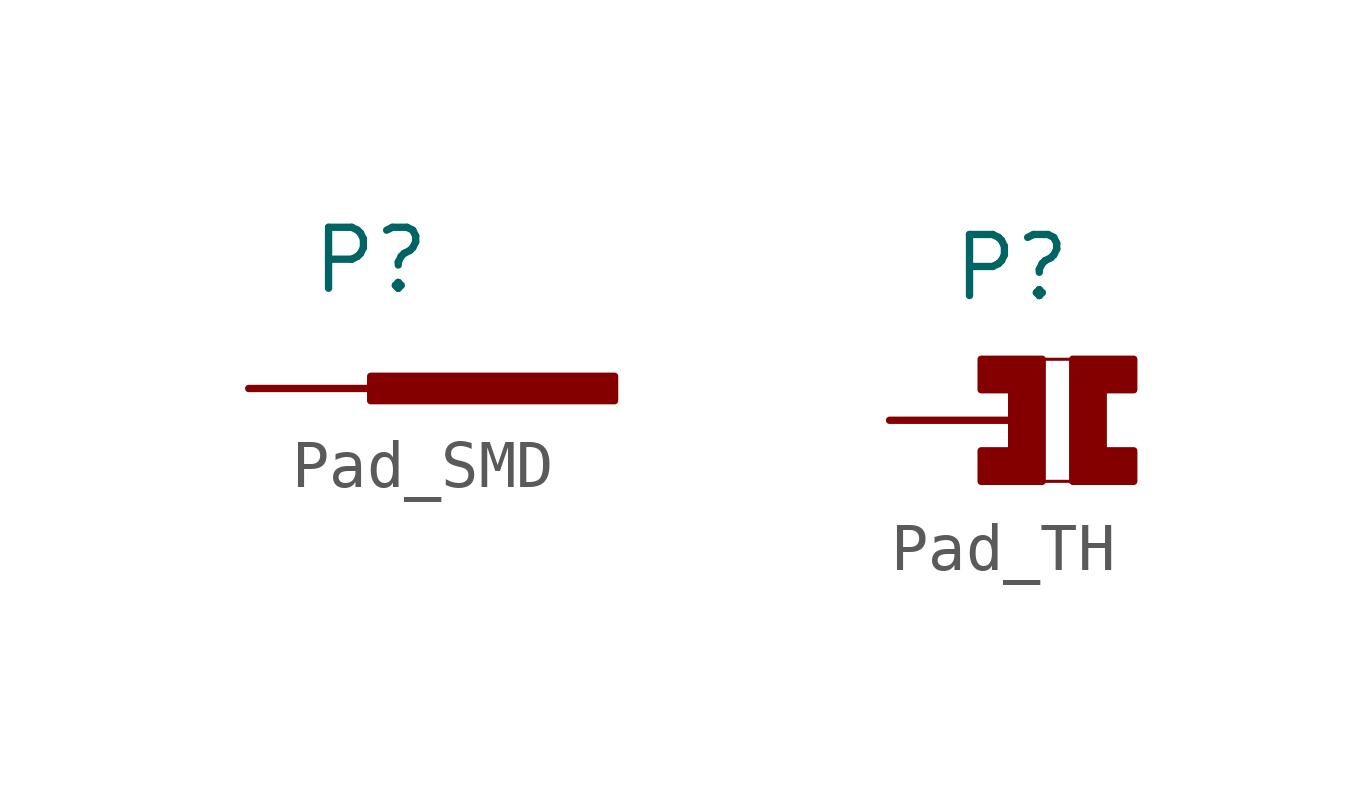
<source format=kicad_sym>
(kicad_symbol_lib
  (version 20220914)
  (generator kicad_symbol_editor)
  (symbol "Pad_SMD"
    (pin_numbers hide)
    (pin_names
      (offset 0.762) hide)
    (property "Reference" "P"
      (at 0 2.667 0)
      (effects (font (size 1.27 1.27))))
    (symbol "Pad_SMD_1_1"
      (rectangle (start 0 0.254) (end 5.08 -0.254) (stroke (width 0) (type default)) (fill (type outline)))
      (pin passive line (at -2.54 0 0) (length 2.54) (name "1" (effects (font (size 1.27 1.27)))) (number "1" (effects (font (size 1.27 1.27)))))))
  (symbol "Pad_TH"
    (pin_numbers hide)
    (pin_names
      (offset 0.762) hide)
    (property "Reference" "P"
      (at 0 3.175 0)
      (effects (font (size 1.27 1.27))))
    (symbol "Pad_TH_1_1"
      (polyline (pts (xy 0.635 -1.27) (xy 1.27 -1.27)) (stroke (width 0.064) (type default)) (fill (type none)))
      (polyline (pts (xy 0.635 1.27) (xy 1.27 1.27)) (stroke (width 0.064) (type default)) (fill (type none)))
      (polyline (pts (xy 1.27 1.27) (xy 1.27 -1.27) (xy 2.54 -1.27) (xy 2.54 -0.635) (xy 1.905 -0.635) (xy 1.905 0.635) (xy 2.54 0.635) (xy 2.54 1.27) (xy 1.27 1.27)) (stroke (width 0) (type default)) (fill (type outline)))
      (polyline (pts (xy 0 0) (xy 0 0.635) (xy -0.635 0.635) (xy -0.635 1.27) (xy 0.635 1.27) (xy 0.635 -1.27) (xy -0.635 -1.27) (xy -0.635 -0.635) (xy 0 -0.635) (xy 0 0)) (stroke (width 0) (type default)) (fill (type outline)))
      (pin passive line (at -2.54 0 0) (length 2.54) (name "1" (effects (font (size 1.27 1.27)))) (number "1" (effects (font (size 1.27 1.27))))))))
</source>
